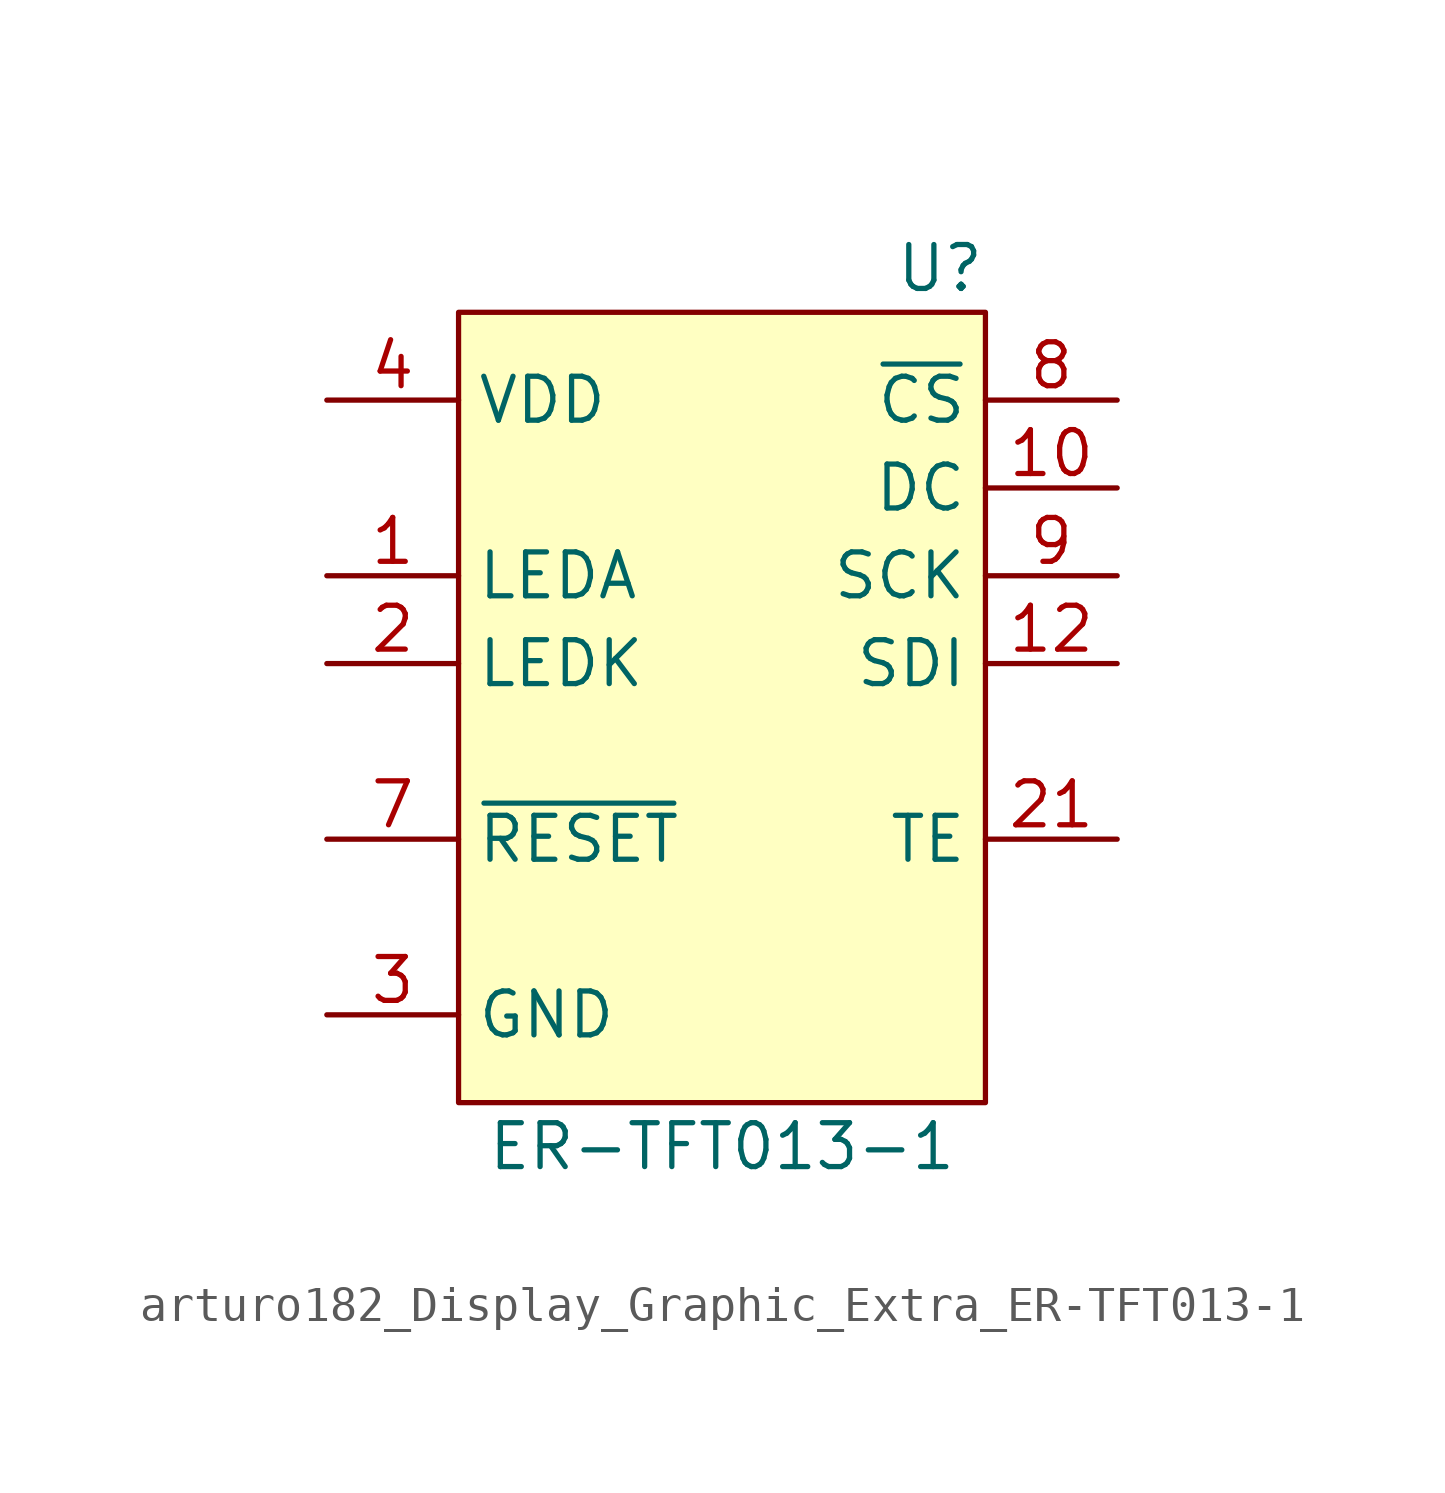
<source format=kicad_sym>
(kicad_symbol_lib
  (version 20220914)
  (generator kicad_symbol_editor)
  (symbol "arturo182_Display_Graphic_Extra_ER-TFT013-1"
    (property "Reference" "U"
      (at 7.62 11.43 0)
      (effects (font (size 1.27 1.27)) (justify right)))
    (property "Value" "ER-TFT013-1"
      (at 0 -13.97 0)
      (effects (font (size 1.27 1.27))))
    (symbol "arturo182_Display_Graphic_Extra_ER-TFT013-1_0_1"
      (rectangle (start -7.62 10.16) (end 7.62 -12.7) (stroke (width 0.152) (type default)) (fill (type background))))
    (symbol "arturo182_Display_Graphic_Extra_ER-TFT013-1_1_1"
      (pin power_in line (at -11.43 2.54 0) (length 3.81) (name "LEDA" (effects (font (size 1.27 1.27)))) (number "1" (effects (font (size 1.27 1.27)))))
      (pin input line (at 11.43 5.08 180) (length 3.81) (name "DC" (effects (font (size 1.27 1.27)))) (number "10" (effects (font (size 1.27 1.27)))))
      (pin passive line (at -11.43 -10.16 0) (length 3.81) hide (name "RD" (effects (font (size 1.27 1.27)))) (number "11" (effects (font (size 1.27 1.27)))))
      (pin input line (at 11.43 0 180) (length 3.81) (name "SDI" (effects (font (size 1.27 1.27)))) (number "12" (effects (font (size 1.27 1.27)))))
      (pin input line (at -11.43 0 0) (length 3.81) (name "LEDK" (effects (font (size 1.27 1.27)))) (number "2" (effects (font (size 1.27 1.27)))))
      (pin input line (at 11.43 -5.08 180) (length 3.81) (name "TE" (effects (font (size 1.27 1.27)))) (number "21" (effects (font (size 1.27 1.27)))))
      (pin passive line (at -11.43 -10.16 0) (length 3.81) hide (name "GND" (effects (font (size 1.27 1.27)))) (number "23" (effects (font (size 1.27 1.27)))))
      (pin passive line (at -11.43 -10.16 0) (length 3.81) hide (name "GND" (effects (font (size 1.27 1.27)))) (number "24" (effects (font (size 1.27 1.27)))))
      (pin power_in line (at -11.43 -10.16 0) (length 3.81) (name "GND" (effects (font (size 1.27 1.27)))) (number "3" (effects (font (size 1.27 1.27)))))
      (pin power_in line (at -11.43 7.62 0) (length 3.81) (name "VDD" (effects (font (size 1.27 1.27)))) (number "4" (effects (font (size 1.27 1.27)))))
      (pin passive line (at -11.43 7.62 0) (length 3.81) hide (name "VDDIO" (effects (font (size 1.27 1.27)))) (number "5" (effects (font (size 1.27 1.27)))))
      (pin passive line (at -11.43 7.62 0) (length 3.81) hide (name "IM1/2" (effects (font (size 1.27 1.27)))) (number "6" (effects (font (size 1.27 1.27)))))
      (pin input line (at -11.43 -5.08 0) (length 3.81) (name "~{RESET}" (effects (font (size 1.27 1.27)))) (number "7" (effects (font (size 1.27 1.27)))))
      (pin input line (at 11.43 7.62 180) (length 3.81) (name "~{CS}" (effects (font (size 1.27 1.27)))) (number "8" (effects (font (size 1.27 1.27)))))
      (pin input line (at 11.43 2.54 180) (length 3.81) (name "SCK" (effects (font (size 1.27 1.27)))) (number "9" (effects (font (size 1.27 1.27))))))))
</source>
